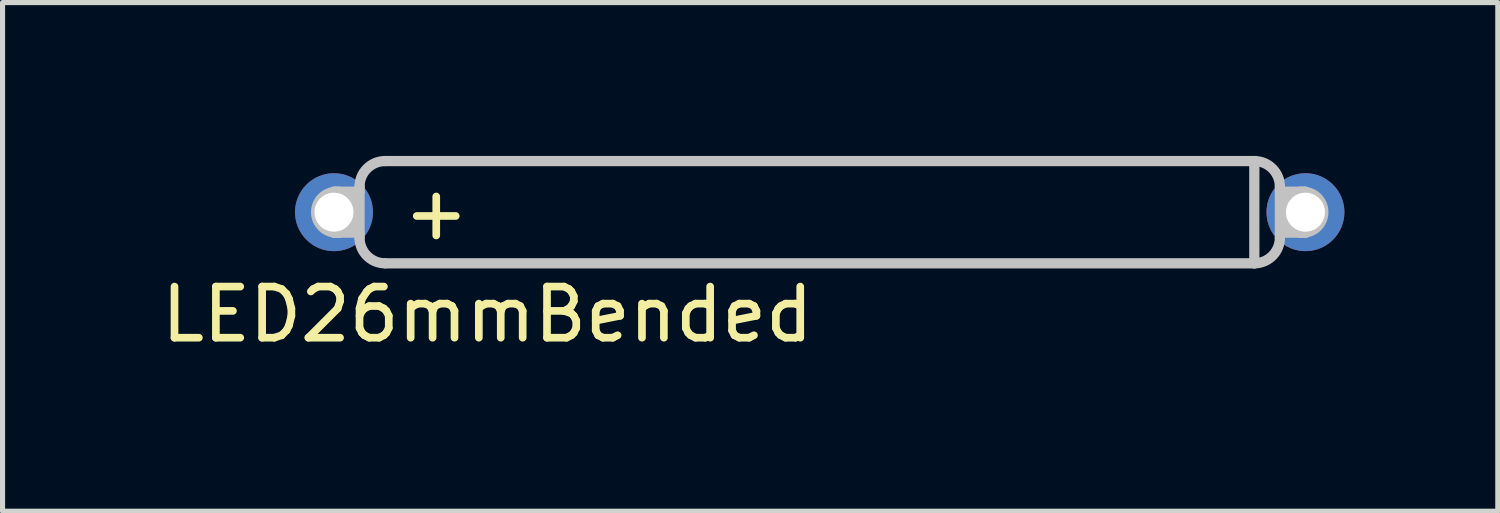
<source format=kicad_pcb>
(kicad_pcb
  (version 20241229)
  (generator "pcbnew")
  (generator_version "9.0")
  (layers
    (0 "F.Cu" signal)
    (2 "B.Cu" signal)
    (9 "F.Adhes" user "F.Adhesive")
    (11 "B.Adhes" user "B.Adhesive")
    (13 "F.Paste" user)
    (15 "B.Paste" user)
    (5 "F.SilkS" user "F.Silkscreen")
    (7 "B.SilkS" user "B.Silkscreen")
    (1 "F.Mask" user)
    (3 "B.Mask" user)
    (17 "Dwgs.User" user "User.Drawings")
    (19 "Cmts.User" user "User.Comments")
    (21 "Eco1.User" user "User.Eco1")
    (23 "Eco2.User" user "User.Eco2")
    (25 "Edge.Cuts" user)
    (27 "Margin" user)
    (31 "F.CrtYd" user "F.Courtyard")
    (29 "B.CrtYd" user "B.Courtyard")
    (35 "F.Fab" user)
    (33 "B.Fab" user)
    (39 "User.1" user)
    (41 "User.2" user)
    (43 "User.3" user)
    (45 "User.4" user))
  (footprint "LED26mmBended"
    (layer "F.Cu")
    (at 12.482 1.1)
    (property "Reference" "LED26mmBended" (at -6 2 0) (layer "F.SilkS") (effects (font (size 1 1) (thickness 0.15))))
    (attr through_hole)
    (fp_line (start -9 -0.4) (end -8.5 -0.4) (stroke (width 0.2) (type solid)) (layer "Dwgs.User"))
    (fp_line (start -9 0.4) (end -9 -0.4) (stroke (width 0.2) (type solid)) (layer "Dwgs.User"))
    (fp_line (start -9 0.4) (end -8.5 0.4) (stroke (width 0.2) (type solid)) (layer "Dwgs.User"))
    (fp_line (start -8.9 -0.4) (end -8.9 0.4) (stroke (width 0.2) (type solid)) (layer "Dwgs.User"))
    (fp_line (start -8.5 0.5) (end -8.5 -0.5) (stroke (width 0.2) (type solid)) (layer "Dwgs.User"))
    (fp_line (start -8 1) (end 9 1) (stroke (width 0.2) (type solid)) (layer "Dwgs.User"))
    (fp_line (start 9 -1) (end -8 -1) (stroke (width 0.2) (type solid)) (layer "Dwgs.User"))
    (fp_line (start 9 1) (end 9 -1) (stroke (width 0.2) (type solid)) (layer "Dwgs.User"))
    (fp_line (start 9.5 -0.5) (end 9.5 0.5) (stroke (width 0.2) (type solid)) (layer "Dwgs.User"))
    (fp_line (start 9.9 0.4) (end 9.9 -0.4) (stroke (width 0.2) (type solid)) (layer "Dwgs.User"))
    (fp_line (start 10 -0.4) (end 9.5 -0.4) (stroke (width 0.2) (type solid)) (layer "Dwgs.User"))
    (fp_line (start 10 -0.4) (end 10 0.4) (stroke (width 0.2) (type solid)) (layer "Dwgs.User"))
    (fp_line (start 10 0.4) (end 9.5 0.4) (stroke (width 0.2) (type solid)) (layer "Dwgs.User"))
    (fp_arc (start -8.5 -0.5) (mid -8.353553 -0.853553) (end -8 -1) (stroke (width 0.2) (type solid)) (layer "Dwgs.User"))
    (fp_arc (start -8.000001 1) (mid -8.353554 0.853553) (end -8.5 0.499999) (stroke (width 0.2) (type solid)) (layer "Dwgs.User"))
    (fp_arc (start 9 -1) (mid 9.353553 -0.853553) (end 9.5 -0.5) (stroke (width 0.2) (type solid)) (layer "Dwgs.User"))
    (fp_arc (start 9.5 0.5) (mid 9.353553 0.853553) (end 9 1) (stroke (width 0.2) (type solid)) (layer "Dwgs.User"))
    (fp_circle (center -8.95 0) (end -8.55 0) (stroke (width 0.2) (type solid)) (fill no) (layer "Dwgs.User"))
    (fp_circle (center 9.95 0) (end 10.35 0) (stroke (width 0.2) (type solid)) (fill no) (layer "Dwgs.User"))
    (fp_text user "+" (at -7 0 0) (layer "F.SilkS") (effects (font (size 1 1) (thickness 0.15))))
    (pad "1" thru_hole circle (at 10 0) (size 1.524 1.524) (drill 0.762) (layers "*.Cu" "*.Mask"))
    (pad "2" thru_hole circle (at -9 0) (size 1.524 1.524) (drill 0.762) (layers "*.Cu" "*.Mask")))
  (gr_rect
    (start -3 -3)
    (end 26.244 6.948)
    (stroke (width 0.1) (type default))
    (fill no)
    (layer "Edge.Cuts")))
</source>
